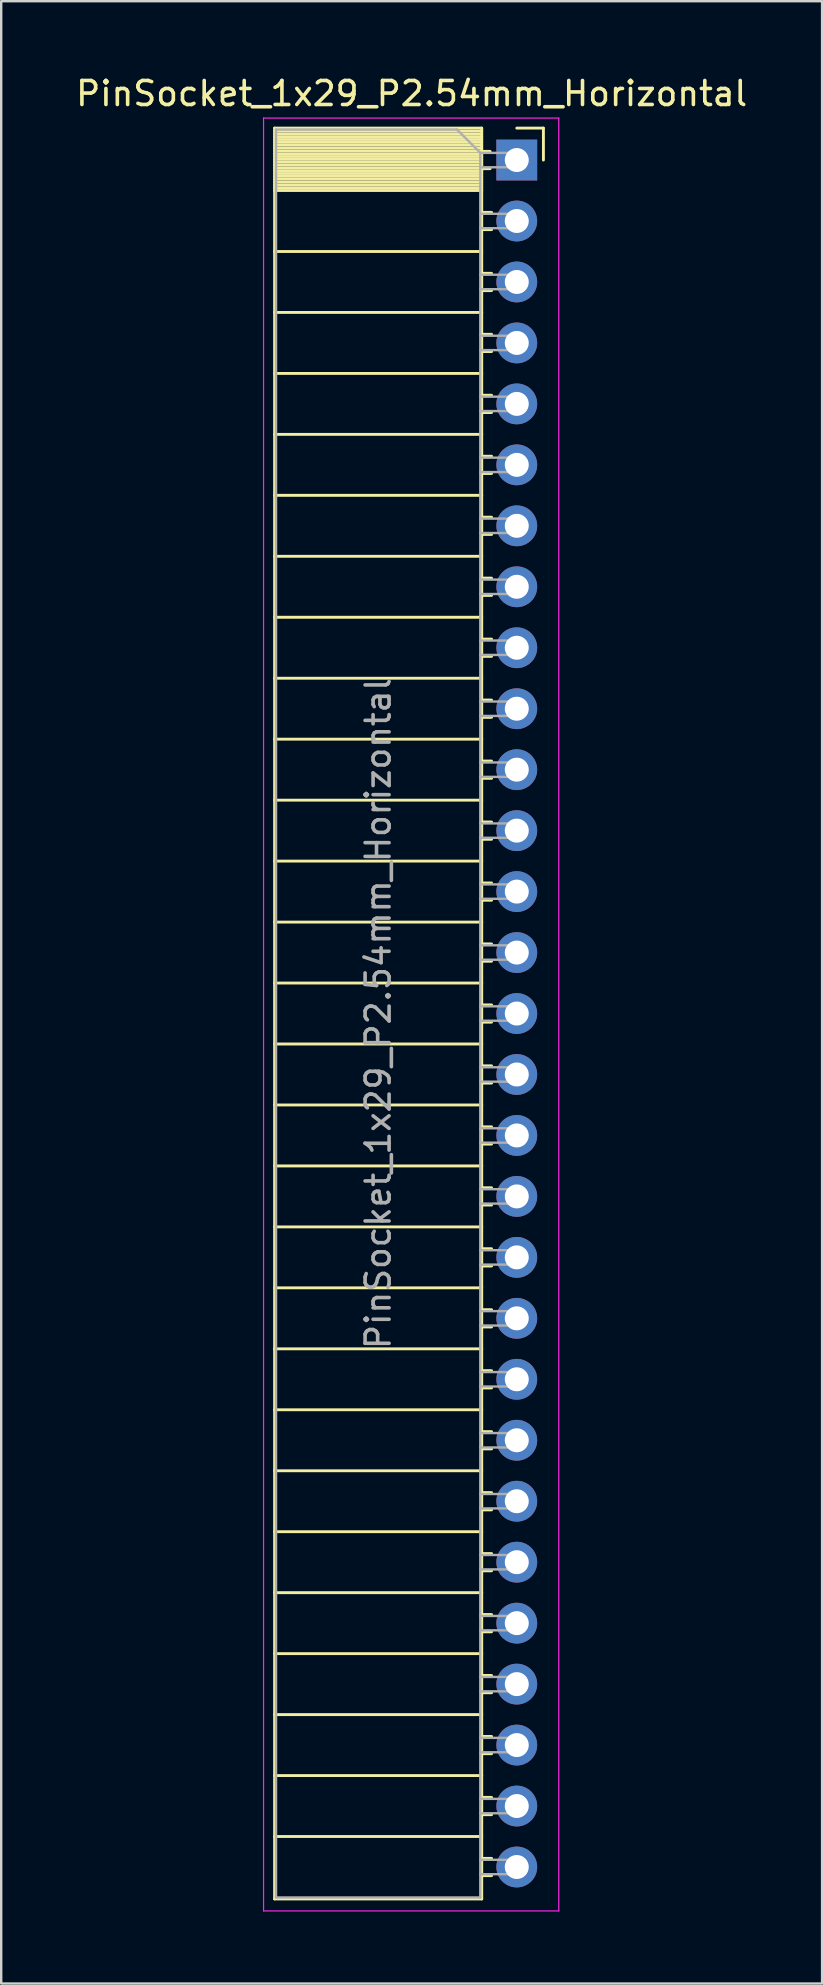
<source format=kicad_pcb>
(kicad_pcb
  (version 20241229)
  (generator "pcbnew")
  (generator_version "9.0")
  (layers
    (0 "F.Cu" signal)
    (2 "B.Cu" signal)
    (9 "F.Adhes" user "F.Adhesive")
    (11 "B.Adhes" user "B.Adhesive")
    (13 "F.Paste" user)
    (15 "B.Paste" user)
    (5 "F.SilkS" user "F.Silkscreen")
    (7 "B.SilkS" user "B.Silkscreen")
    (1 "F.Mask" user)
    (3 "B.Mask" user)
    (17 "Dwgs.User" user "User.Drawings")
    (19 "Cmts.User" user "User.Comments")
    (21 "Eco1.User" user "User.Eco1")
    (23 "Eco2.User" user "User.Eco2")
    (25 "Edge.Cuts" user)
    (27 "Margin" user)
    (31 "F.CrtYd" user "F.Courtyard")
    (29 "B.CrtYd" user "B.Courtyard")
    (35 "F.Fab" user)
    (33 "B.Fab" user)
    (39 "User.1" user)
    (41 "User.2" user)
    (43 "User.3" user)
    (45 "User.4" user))
  (footprint "PinSocket_1x29_P2.54mm_Horizontal"
    (layer "F.Cu")
    (at 18.481 3.618)
    (property "Reference" "PinSocket_1x29_P2.54mm_Horizontal" (at -4.38 -2.77 0) (layer "F.SilkS") (effects (font (size 1 1) (thickness 0.15))))
    (attr through_hole)
    (fp_line (start -10.09 -1.33) (end -10.09 72.45) (stroke (width 0.12) (type solid)) (layer "F.SilkS"))
    (fp_line (start -10.09 -1.33) (end -1.46 -1.33) (stroke (width 0.12) (type solid)) (layer "F.SilkS"))
    (fp_line (start -10.09 -1.21) (end -1.46 -1.21) (stroke (width 0.12) (type solid)) (layer "F.SilkS"))
    (fp_line (start -10.09 -1.092) (end -1.46 -1.092) (stroke (width 0.12) (type solid)) (layer "F.SilkS"))
    (fp_line (start -10.09 -0.974) (end -1.46 -0.974) (stroke (width 0.12) (type solid)) (layer "F.SilkS"))
    (fp_line (start -10.09 -0.856) (end -1.46 -0.856) (stroke (width 0.12) (type solid)) (layer "F.SilkS"))
    (fp_line (start -10.09 -0.738) (end -1.46 -0.738) (stroke (width 0.12) (type solid)) (layer "F.SilkS"))
    (fp_line (start -10.09 -0.62) (end -1.46 -0.62) (stroke (width 0.12) (type solid)) (layer "F.SilkS"))
    (fp_line (start -10.09 -0.501) (end -1.46 -0.501) (stroke (width 0.12) (type solid)) (layer "F.SilkS"))
    (fp_line (start -10.09 -0.383) (end -1.46 -0.383) (stroke (width 0.12) (type solid)) (layer "F.SilkS"))
    (fp_line (start -10.09 -0.265) (end -1.46 -0.265) (stroke (width 0.12) (type solid)) (layer "F.SilkS"))
    (fp_line (start -10.09 -0.147) (end -1.46 -0.147) (stroke (width 0.12) (type solid)) (layer "F.SilkS"))
    (fp_line (start -10.09 -0.029) (end -1.46 -0.029) (stroke (width 0.12) (type solid)) (layer "F.SilkS"))
    (fp_line (start -10.09 0.089) (end -1.46 0.089) (stroke (width 0.12) (type solid)) (layer "F.SilkS"))
    (fp_line (start -10.09 0.207) (end -1.46 0.207) (stroke (width 0.12) (type solid)) (layer "F.SilkS"))
    (fp_line (start -10.09 0.325) (end -1.46 0.325) (stroke (width 0.12) (type solid)) (layer "F.SilkS"))
    (fp_line (start -10.09 0.443) (end -1.46 0.443) (stroke (width 0.12) (type solid)) (layer "F.SilkS"))
    (fp_line (start -10.09 0.561) (end -1.46 0.561) (stroke (width 0.12) (type solid)) (layer "F.SilkS"))
    (fp_line (start -10.09 0.68) (end -1.46 0.68) (stroke (width 0.12) (type solid)) (layer "F.SilkS"))
    (fp_line (start -10.09 0.798) (end -1.46 0.798) (stroke (width 0.12) (type solid)) (layer "F.SilkS"))
    (fp_line (start -10.09 0.916) (end -1.46 0.916) (stroke (width 0.12) (type solid)) (layer "F.SilkS"))
    (fp_line (start -10.09 1.034) (end -1.46 1.034) (stroke (width 0.12) (type solid)) (layer "F.SilkS"))
    (fp_line (start -10.09 1.152) (end -1.46 1.152) (stroke (width 0.12) (type solid)) (layer "F.SilkS"))
    (fp_line (start -10.09 1.27) (end -1.46 1.27) (stroke (width 0.12) (type solid)) (layer "F.SilkS"))
    (fp_line (start -10.09 3.81) (end -1.46 3.81) (stroke (width 0.12) (type solid)) (layer "F.SilkS"))
    (fp_line (start -10.09 6.35) (end -1.46 6.35) (stroke (width 0.12) (type solid)) (layer "F.SilkS"))
    (fp_line (start -10.09 8.89) (end -1.46 8.89) (stroke (width 0.12) (type solid)) (layer "F.SilkS"))
    (fp_line (start -10.09 11.43) (end -1.46 11.43) (stroke (width 0.12) (type solid)) (layer "F.SilkS"))
    (fp_line (start -10.09 13.97) (end -1.46 13.97) (stroke (width 0.12) (type solid)) (layer "F.SilkS"))
    (fp_line (start -10.09 16.51) (end -1.46 16.51) (stroke (width 0.12) (type solid)) (layer "F.SilkS"))
    (fp_line (start -10.09 19.05) (end -1.46 19.05) (stroke (width 0.12) (type solid)) (layer "F.SilkS"))
    (fp_line (start -10.09 21.59) (end -1.46 21.59) (stroke (width 0.12) (type solid)) (layer "F.SilkS"))
    (fp_line (start -10.09 24.13) (end -1.46 24.13) (stroke (width 0.12) (type solid)) (layer "F.SilkS"))
    (fp_line (start -10.09 26.67) (end -1.46 26.67) (stroke (width 0.12) (type solid)) (layer "F.SilkS"))
    (fp_line (start -10.09 29.21) (end -1.46 29.21) (stroke (width 0.12) (type solid)) (layer "F.SilkS"))
    (fp_line (start -10.09 31.75) (end -1.46 31.75) (stroke (width 0.12) (type solid)) (layer "F.SilkS"))
    (fp_line (start -10.09 34.29) (end -1.46 34.29) (stroke (width 0.12) (type solid)) (layer "F.SilkS"))
    (fp_line (start -10.09 36.83) (end -1.46 36.83) (stroke (width 0.12) (type solid)) (layer "F.SilkS"))
    (fp_line (start -10.09 39.37) (end -1.46 39.37) (stroke (width 0.12) (type solid)) (layer "F.SilkS"))
    (fp_line (start -10.09 41.91) (end -1.46 41.91) (stroke (width 0.12) (type solid)) (layer "F.SilkS"))
    (fp_line (start -10.09 44.45) (end -1.46 44.45) (stroke (width 0.12) (type solid)) (layer "F.SilkS"))
    (fp_line (start -10.09 46.99) (end -1.46 46.99) (stroke (width 0.12) (type solid)) (layer "F.SilkS"))
    (fp_line (start -10.09 49.53) (end -1.46 49.53) (stroke (width 0.12) (type solid)) (layer "F.SilkS"))
    (fp_line (start -10.09 52.07) (end -1.46 52.07) (stroke (width 0.12) (type solid)) (layer "F.SilkS"))
    (fp_line (start -10.09 54.61) (end -1.46 54.61) (stroke (width 0.12) (type solid)) (layer "F.SilkS"))
    (fp_line (start -10.09 57.15) (end -1.46 57.15) (stroke (width 0.12) (type solid)) (layer "F.SilkS"))
    (fp_line (start -10.09 59.69) (end -1.46 59.69) (stroke (width 0.12) (type solid)) (layer "F.SilkS"))
    (fp_line (start -10.09 62.23) (end -1.46 62.23) (stroke (width 0.12) (type solid)) (layer "F.SilkS"))
    (fp_line (start -10.09 64.77) (end -1.46 64.77) (stroke (width 0.12) (type solid)) (layer "F.SilkS"))
    (fp_line (start -10.09 67.31) (end -1.46 67.31) (stroke (width 0.12) (type solid)) (layer "F.SilkS"))
    (fp_line (start -10.09 69.85) (end -1.46 69.85) (stroke (width 0.12) (type solid)) (layer "F.SilkS"))
    (fp_line (start -10.09 72.45) (end -1.46 72.45) (stroke (width 0.12) (type solid)) (layer "F.SilkS"))
    (fp_line (start -1.46 -1.33) (end -1.46 72.45) (stroke (width 0.12) (type solid)) (layer "F.SilkS"))
    (fp_line (start -1.46 -0.36) (end -1.11 -0.36) (stroke (width 0.12) (type solid)) (layer "F.SilkS"))
    (fp_line (start -1.46 0.36) (end -1.11 0.36) (stroke (width 0.12) (type solid)) (layer "F.SilkS"))
    (fp_line (start -1.46 2.18) (end -1.05 2.18) (stroke (width 0.12) (type solid)) (layer "F.SilkS"))
    (fp_line (start -1.46 2.9) (end -1.05 2.9) (stroke (width 0.12) (type solid)) (layer "F.SilkS"))
    (fp_line (start -1.46 4.72) (end -1.05 4.72) (stroke (width 0.12) (type solid)) (layer "F.SilkS"))
    (fp_line (start -1.46 5.44) (end -1.05 5.44) (stroke (width 0.12) (type solid)) (layer "F.SilkS"))
    (fp_line (start -1.46 7.26) (end -1.05 7.26) (stroke (width 0.12) (type solid)) (layer "F.SilkS"))
    (fp_line (start -1.46 7.98) (end -1.05 7.98) (stroke (width 0.12) (type solid)) (layer "F.SilkS"))
    (fp_line (start -1.46 9.8) (end -1.05 9.8) (stroke (width 0.12) (type solid)) (layer "F.SilkS"))
    (fp_line (start -1.46 10.52) (end -1.05 10.52) (stroke (width 0.12) (type solid)) (layer "F.SilkS"))
    (fp_line (start -1.46 12.34) (end -1.05 12.34) (stroke (width 0.12) (type solid)) (layer "F.SilkS"))
    (fp_line (start -1.46 13.06) (end -1.05 13.06) (stroke (width 0.12) (type solid)) (layer "F.SilkS"))
    (fp_line (start -1.46 14.88) (end -1.05 14.88) (stroke (width 0.12) (type solid)) (layer "F.SilkS"))
    (fp_line (start -1.46 15.6) (end -1.05 15.6) (stroke (width 0.12) (type solid)) (layer "F.SilkS"))
    (fp_line (start -1.46 17.42) (end -1.05 17.42) (stroke (width 0.12) (type solid)) (layer "F.SilkS"))
    (fp_line (start -1.46 18.14) (end -1.05 18.14) (stroke (width 0.12) (type solid)) (layer "F.SilkS"))
    (fp_line (start -1.46 19.96) (end -1.05 19.96) (stroke (width 0.12) (type solid)) (layer "F.SilkS"))
    (fp_line (start -1.46 20.68) (end -1.05 20.68) (stroke (width 0.12) (type solid)) (layer "F.SilkS"))
    (fp_line (start -1.46 22.5) (end -1.05 22.5) (stroke (width 0.12) (type solid)) (layer "F.SilkS"))
    (fp_line (start -1.46 23.22) (end -1.05 23.22) (stroke (width 0.12) (type solid)) (layer "F.SilkS"))
    (fp_line (start -1.46 25.04) (end -1.05 25.04) (stroke (width 0.12) (type solid)) (layer "F.SilkS"))
    (fp_line (start -1.46 25.76) (end -1.05 25.76) (stroke (width 0.12) (type solid)) (layer "F.SilkS"))
    (fp_line (start -1.46 27.58) (end -1.05 27.58) (stroke (width 0.12) (type solid)) (layer "F.SilkS"))
    (fp_line (start -1.46 28.3) (end -1.05 28.3) (stroke (width 0.12) (type solid)) (layer "F.SilkS"))
    (fp_line (start -1.46 30.12) (end -1.05 30.12) (stroke (width 0.12) (type solid)) (layer "F.SilkS"))
    (fp_line (start -1.46 30.84) (end -1.05 30.84) (stroke (width 0.12) (type solid)) (layer "F.SilkS"))
    (fp_line (start -1.46 32.66) (end -1.05 32.66) (stroke (width 0.12) (type solid)) (layer "F.SilkS"))
    (fp_line (start -1.46 33.38) (end -1.05 33.38) (stroke (width 0.12) (type solid)) (layer "F.SilkS"))
    (fp_line (start -1.46 35.2) (end -1.05 35.2) (stroke (width 0.12) (type solid)) (layer "F.SilkS"))
    (fp_line (start -1.46 35.92) (end -1.05 35.92) (stroke (width 0.12) (type solid)) (layer "F.SilkS"))
    (fp_line (start -1.46 37.74) (end -1.05 37.74) (stroke (width 0.12) (type solid)) (layer "F.SilkS"))
    (fp_line (start -1.46 38.46) (end -1.05 38.46) (stroke (width 0.12) (type solid)) (layer "F.SilkS"))
    (fp_line (start -1.46 40.28) (end -1.05 40.28) (stroke (width 0.12) (type solid)) (layer "F.SilkS"))
    (fp_line (start -1.46 41) (end -1.05 41) (stroke (width 0.12) (type solid)) (layer "F.SilkS"))
    (fp_line (start -1.46 42.82) (end -1.05 42.82) (stroke (width 0.12) (type solid)) (layer "F.SilkS"))
    (fp_line (start -1.46 43.54) (end -1.05 43.54) (stroke (width 0.12) (type solid)) (layer "F.SilkS"))
    (fp_line (start -1.46 45.36) (end -1.05 45.36) (stroke (width 0.12) (type solid)) (layer "F.SilkS"))
    (fp_line (start -1.46 46.08) (end -1.05 46.08) (stroke (width 0.12) (type solid)) (layer "F.SilkS"))
    (fp_line (start -1.46 47.9) (end -1.05 47.9) (stroke (width 0.12) (type solid)) (layer "F.SilkS"))
    (fp_line (start -1.46 48.62) (end -1.05 48.62) (stroke (width 0.12) (type solid)) (layer "F.SilkS"))
    (fp_line (start -1.46 50.44) (end -1.05 50.44) (stroke (width 0.12) (type solid)) (layer "F.SilkS"))
    (fp_line (start -1.46 51.16) (end -1.05 51.16) (stroke (width 0.12) (type solid)) (layer "F.SilkS"))
    (fp_line (start -1.46 52.98) (end -1.05 52.98) (stroke (width 0.12) (type solid)) (layer "F.SilkS"))
    (fp_line (start -1.46 53.7) (end -1.05 53.7) (stroke (width 0.12) (type solid)) (layer "F.SilkS"))
    (fp_line (start -1.46 55.52) (end -1.05 55.52) (stroke (width 0.12) (type solid)) (layer "F.SilkS"))
    (fp_line (start -1.46 56.24) (end -1.05 56.24) (stroke (width 0.12) (type solid)) (layer "F.SilkS"))
    (fp_line (start -1.46 58.06) (end -1.05 58.06) (stroke (width 0.12) (type solid)) (layer "F.SilkS"))
    (fp_line (start -1.46 58.78) (end -1.05 58.78) (stroke (width 0.12) (type solid)) (layer "F.SilkS"))
    (fp_line (start -1.46 60.6) (end -1.05 60.6) (stroke (width 0.12) (type solid)) (layer "F.SilkS"))
    (fp_line (start -1.46 61.32) (end -1.05 61.32) (stroke (width 0.12) (type solid)) (layer "F.SilkS"))
    (fp_line (start -1.46 63.14) (end -1.05 63.14) (stroke (width 0.12) (type solid)) (layer "F.SilkS"))
    (fp_line (start -1.46 63.86) (end -1.05 63.86) (stroke (width 0.12) (type solid)) (layer "F.SilkS"))
    (fp_line (start -1.46 65.68) (end -1.05 65.68) (stroke (width 0.12) (type solid)) (layer "F.SilkS"))
    (fp_line (start -1.46 66.4) (end -1.05 66.4) (stroke (width 0.12) (type solid)) (layer "F.SilkS"))
    (fp_line (start -1.46 68.22) (end -1.05 68.22) (stroke (width 0.12) (type solid)) (layer "F.SilkS"))
    (fp_line (start -1.46 68.94) (end -1.05 68.94) (stroke (width 0.12) (type solid)) (layer "F.SilkS"))
    (fp_line (start -1.46 70.76) (end -1.05 70.76) (stroke (width 0.12) (type solid)) (layer "F.SilkS"))
    (fp_line (start -1.46 71.48) (end -1.05 71.48) (stroke (width 0.12) (type solid)) (layer "F.SilkS"))
    (fp_line (start 0 -1.33) (end 1.11 -1.33) (stroke (width 0.12) (type solid)) (layer "F.SilkS"))
    (fp_line (start 1.11 -1.33) (end 1.11 0) (stroke (width 0.12) (type solid)) (layer "F.SilkS"))
    (fp_line (start -10.55 -1.75) (end -10.55 72.95) (stroke (width 0.05) (type solid)) (layer "F.CrtYd"))
    (fp_line (start -10.55 72.95) (end 1.75 72.95) (stroke (width 0.05) (type solid)) (layer "F.CrtYd"))
    (fp_line (start 1.75 -1.75) (end -10.55 -1.75) (stroke (width 0.05) (type solid)) (layer "F.CrtYd"))
    (fp_line (start 1.75 72.95) (end 1.75 -1.75) (stroke (width 0.05) (type solid)) (layer "F.CrtYd"))
    (fp_line (start -10.03 -1.27) (end -2.49 -1.27) (stroke (width 0.1) (type solid)) (layer "F.Fab"))
    (fp_line (start -10.03 72.39) (end -10.03 -1.27) (stroke (width 0.1) (type solid)) (layer "F.Fab"))
    (fp_line (start -2.49 -1.27) (end -1.52 -0.3) (stroke (width 0.1) (type solid)) (layer "F.Fab"))
    (fp_line (start -1.52 -0.3) (end -1.52 72.39) (stroke (width 0.1) (type solid)) (layer "F.Fab"))
    (fp_line (start -1.52 0.3) (end 0 0.3) (stroke (width 0.1) (type solid)) (layer "F.Fab"))
    (fp_line (start -1.52 2.84) (end 0 2.84) (stroke (width 0.1) (type solid)) (layer "F.Fab"))
    (fp_line (start -1.52 5.38) (end 0 5.38) (stroke (width 0.1) (type solid)) (layer "F.Fab"))
    (fp_line (start -1.52 7.92) (end 0 7.92) (stroke (width 0.1) (type solid)) (layer "F.Fab"))
    (fp_line (start -1.52 10.46) (end 0 10.46) (stroke (width 0.1) (type solid)) (layer "F.Fab"))
    (fp_line (start -1.52 13) (end 0 13) (stroke (width 0.1) (type solid)) (layer "F.Fab"))
    (fp_line (start -1.52 15.54) (end 0 15.54) (stroke (width 0.1) (type solid)) (layer "F.Fab"))
    (fp_line (start -1.52 18.08) (end 0 18.08) (stroke (width 0.1) (type solid)) (layer "F.Fab"))
    (fp_line (start -1.52 20.62) (end 0 20.62) (stroke (width 0.1) (type solid)) (layer "F.Fab"))
    (fp_line (start -1.52 23.16) (end 0 23.16) (stroke (width 0.1) (type solid)) (layer "F.Fab"))
    (fp_line (start -1.52 25.7) (end 0 25.7) (stroke (width 0.1) (type solid)) (layer "F.Fab"))
    (fp_line (start -1.52 28.24) (end 0 28.24) (stroke (width 0.1) (type solid)) (layer "F.Fab"))
    (fp_line (start -1.52 30.78) (end 0 30.78) (stroke (width 0.1) (type solid)) (layer "F.Fab"))
    (fp_line (start -1.52 33.32) (end 0 33.32) (stroke (width 0.1) (type solid)) (layer "F.Fab"))
    (fp_line (start -1.52 35.86) (end 0 35.86) (stroke (width 0.1) (type solid)) (layer "F.Fab"))
    (fp_line (start -1.52 38.4) (end 0 38.4) (stroke (width 0.1) (type solid)) (layer "F.Fab"))
    (fp_line (start -1.52 40.94) (end 0 40.94) (stroke (width 0.1) (type solid)) (layer "F.Fab"))
    (fp_line (start -1.52 43.48) (end 0 43.48) (stroke (width 0.1) (type solid)) (layer "F.Fab"))
    (fp_line (start -1.52 46.02) (end 0 46.02) (stroke (width 0.1) (type solid)) (layer "F.Fab"))
    (fp_line (start -1.52 48.56) (end 0 48.56) (stroke (width 0.1) (type solid)) (layer "F.Fab"))
    (fp_line (start -1.52 51.1) (end 0 51.1) (stroke (width 0.1) (type solid)) (layer "F.Fab"))
    (fp_line (start -1.52 53.64) (end 0 53.64) (stroke (width 0.1) (type solid)) (layer "F.Fab"))
    (fp_line (start -1.52 56.18) (end 0 56.18) (stroke (width 0.1) (type solid)) (layer "F.Fab"))
    (fp_line (start -1.52 58.72) (end 0 58.72) (stroke (width 0.1) (type solid)) (layer "F.Fab"))
    (fp_line (start -1.52 61.26) (end 0 61.26) (stroke (width 0.1) (type solid)) (layer "F.Fab"))
    (fp_line (start -1.52 63.8) (end 0 63.8) (stroke (width 0.1) (type solid)) (layer "F.Fab"))
    (fp_line (start -1.52 66.34) (end 0 66.34) (stroke (width 0.1) (type solid)) (layer "F.Fab"))
    (fp_line (start -1.52 68.88) (end 0 68.88) (stroke (width 0.1) (type solid)) (layer "F.Fab"))
    (fp_line (start -1.52 71.42) (end 0 71.42) (stroke (width 0.1) (type solid)) (layer "F.Fab"))
    (fp_line (start -1.52 72.39) (end -10.03 72.39) (stroke (width 0.1) (type solid)) (layer "F.Fab"))
    (fp_line (start 0 -0.3) (end -1.52 -0.3) (stroke (width 0.1) (type solid)) (layer "F.Fab"))
    (fp_line (start 0 0.3) (end 0 -0.3) (stroke (width 0.1) (type solid)) (layer "F.Fab"))
    (fp_line (start 0 2.24) (end -1.52 2.24) (stroke (width 0.1) (type solid)) (layer "F.Fab"))
    (fp_line (start 0 2.84) (end 0 2.24) (stroke (width 0.1) (type solid)) (layer "F.Fab"))
    (fp_line (start 0 4.78) (end -1.52 4.78) (stroke (width 0.1) (type solid)) (layer "F.Fab"))
    (fp_line (start 0 5.38) (end 0 4.78) (stroke (width 0.1) (type solid)) (layer "F.Fab"))
    (fp_line (start 0 7.32) (end -1.52 7.32) (stroke (width 0.1) (type solid)) (layer "F.Fab"))
    (fp_line (start 0 7.92) (end 0 7.32) (stroke (width 0.1) (type solid)) (layer "F.Fab"))
    (fp_line (start 0 9.86) (end -1.52 9.86) (stroke (width 0.1) (type solid)) (layer "F.Fab"))
    (fp_line (start 0 10.46) (end 0 9.86) (stroke (width 0.1) (type solid)) (layer "F.Fab"))
    (fp_line (start 0 12.4) (end -1.52 12.4) (stroke (width 0.1) (type solid)) (layer "F.Fab"))
    (fp_line (start 0 13) (end 0 12.4) (stroke (width 0.1) (type solid)) (layer "F.Fab"))
    (fp_line (start 0 14.94) (end -1.52 14.94) (stroke (width 0.1) (type solid)) (layer "F.Fab"))
    (fp_line (start 0 15.54) (end 0 14.94) (stroke (width 0.1) (type solid)) (layer "F.Fab"))
    (fp_line (start 0 17.48) (end -1.52 17.48) (stroke (width 0.1) (type solid)) (layer "F.Fab"))
    (fp_line (start 0 18.08) (end 0 17.48) (stroke (width 0.1) (type solid)) (layer "F.Fab"))
    (fp_line (start 0 20.02) (end -1.52 20.02) (stroke (width 0.1) (type solid)) (layer "F.Fab"))
    (fp_line (start 0 20.62) (end 0 20.02) (stroke (width 0.1) (type solid)) (layer "F.Fab"))
    (fp_line (start 0 22.56) (end -1.52 22.56) (stroke (width 0.1) (type solid)) (layer "F.Fab"))
    (fp_line (start 0 23.16) (end 0 22.56) (stroke (width 0.1) (type solid)) (layer "F.Fab"))
    (fp_line (start 0 25.1) (end -1.52 25.1) (stroke (width 0.1) (type solid)) (layer "F.Fab"))
    (fp_line (start 0 25.7) (end 0 25.1) (stroke (width 0.1) (type solid)) (layer "F.Fab"))
    (fp_line (start 0 27.64) (end -1.52 27.64) (stroke (width 0.1) (type solid)) (layer "F.Fab"))
    (fp_line (start 0 28.24) (end 0 27.64) (stroke (width 0.1) (type solid)) (layer "F.Fab"))
    (fp_line (start 0 30.18) (end -1.52 30.18) (stroke (width 0.1) (type solid)) (layer "F.Fab"))
    (fp_line (start 0 30.78) (end 0 30.18) (stroke (width 0.1) (type solid)) (layer "F.Fab"))
    (fp_line (start 0 32.72) (end -1.52 32.72) (stroke (width 0.1) (type solid)) (layer "F.Fab"))
    (fp_line (start 0 33.32) (end 0 32.72) (stroke (width 0.1) (type solid)) (layer "F.Fab"))
    (fp_line (start 0 35.26) (end -1.52 35.26) (stroke (width 0.1) (type solid)) (layer "F.Fab"))
    (fp_line (start 0 35.86) (end 0 35.26) (stroke (width 0.1) (type solid)) (layer "F.Fab"))
    (fp_line (start 0 37.8) (end -1.52 37.8) (stroke (width 0.1) (type solid)) (layer "F.Fab"))
    (fp_line (start 0 38.4) (end 0 37.8) (stroke (width 0.1) (type solid)) (layer "F.Fab"))
    (fp_line (start 0 40.34) (end -1.52 40.34) (stroke (width 0.1) (type solid)) (layer "F.Fab"))
    (fp_line (start 0 40.94) (end 0 40.34) (stroke (width 0.1) (type solid)) (layer "F.Fab"))
    (fp_line (start 0 42.88) (end -1.52 42.88) (stroke (width 0.1) (type solid)) (layer "F.Fab"))
    (fp_line (start 0 43.48) (end 0 42.88) (stroke (width 0.1) (type solid)) (layer "F.Fab"))
    (fp_line (start 0 45.42) (end -1.52 45.42) (stroke (width 0.1) (type solid)) (layer "F.Fab"))
    (fp_line (start 0 46.02) (end 0 45.42) (stroke (width 0.1) (type solid)) (layer "F.Fab"))
    (fp_line (start 0 47.96) (end -1.52 47.96) (stroke (width 0.1) (type solid)) (layer "F.Fab"))
    (fp_line (start 0 48.56) (end 0 47.96) (stroke (width 0.1) (type solid)) (layer "F.Fab"))
    (fp_line (start 0 50.5) (end -1.52 50.5) (stroke (width 0.1) (type solid)) (layer "F.Fab"))
    (fp_line (start 0 51.1) (end 0 50.5) (stroke (width 0.1) (type solid)) (layer "F.Fab"))
    (fp_line (start 0 53.04) (end -1.52 53.04) (stroke (width 0.1) (type solid)) (layer "F.Fab"))
    (fp_line (start 0 53.64) (end 0 53.04) (stroke (width 0.1) (type solid)) (layer "F.Fab"))
    (fp_line (start 0 55.58) (end -1.52 55.58) (stroke (width 0.1) (type solid)) (layer "F.Fab"))
    (fp_line (start 0 56.18) (end 0 55.58) (stroke (width 0.1) (type solid)) (layer "F.Fab"))
    (fp_line (start 0 58.12) (end -1.52 58.12) (stroke (width 0.1) (type solid)) (layer "F.Fab"))
    (fp_line (start 0 58.72) (end 0 58.12) (stroke (width 0.1) (type solid)) (layer "F.Fab"))
    (fp_line (start 0 60.66) (end -1.52 60.66) (stroke (width 0.1) (type solid)) (layer "F.Fab"))
    (fp_line (start 0 61.26) (end 0 60.66) (stroke (width 0.1) (type solid)) (layer "F.Fab"))
    (fp_line (start 0 63.2) (end -1.52 63.2) (stroke (width 0.1) (type solid)) (layer "F.Fab"))
    (fp_line (start 0 63.8) (end 0 63.2) (stroke (width 0.1) (type solid)) (layer "F.Fab"))
    (fp_line (start 0 65.74) (end -1.52 65.74) (stroke (width 0.1) (type solid)) (layer "F.Fab"))
    (fp_line (start 0 66.34) (end 0 65.74) (stroke (width 0.1) (type solid)) (layer "F.Fab"))
    (fp_line (start 0 68.28) (end -1.52 68.28) (stroke (width 0.1) (type solid)) (layer "F.Fab"))
    (fp_line (start 0 68.88) (end 0 68.28) (stroke (width 0.1) (type solid)) (layer "F.Fab"))
    (fp_line (start 0 70.82) (end -1.52 70.82) (stroke (width 0.1) (type solid)) (layer "F.Fab"))
    (fp_line (start 0 71.42) (end 0 70.82) (stroke (width 0.1) (type solid)) (layer "F.Fab"))
    (fp_text user "${REFERENCE}" (at -5.775 35.56 90) (layer "F.Fab") (effects (font (size 1 1) (thickness 0.15))))
    (pad "1" thru_hole rect (at 0 0) (size 1.7 1.7) (drill 1) (layers "*.Cu" "*.Mask"))
    (pad "2" thru_hole oval (at 0 2.54) (size 1.7 1.7) (drill 1) (layers "*.Cu" "*.Mask"))
    (pad "3" thru_hole oval (at 0 5.08) (size 1.7 1.7) (drill 1) (layers "*.Cu" "*.Mask"))
    (pad "4" thru_hole oval (at 0 7.62) (size 1.7 1.7) (drill 1) (layers "*.Cu" "*.Mask"))
    (pad "5" thru_hole oval (at 0 10.16) (size 1.7 1.7) (drill 1) (layers "*.Cu" "*.Mask"))
    (pad "6" thru_hole oval (at 0 12.7) (size 1.7 1.7) (drill 1) (layers "*.Cu" "*.Mask"))
    (pad "7" thru_hole oval (at 0 15.24) (size 1.7 1.7) (drill 1) (layers "*.Cu" "*.Mask"))
    (pad "8" thru_hole oval (at 0 17.78) (size 1.7 1.7) (drill 1) (layers "*.Cu" "*.Mask"))
    (pad "9" thru_hole oval (at 0 20.32) (size 1.7 1.7) (drill 1) (layers "*.Cu" "*.Mask"))
    (pad "10" thru_hole oval (at 0 22.86) (size 1.7 1.7) (drill 1) (layers "*.Cu" "*.Mask"))
    (pad "11" thru_hole oval (at 0 25.4) (size 1.7 1.7) (drill 1) (layers "*.Cu" "*.Mask"))
    (pad "12" thru_hole oval (at 0 27.94) (size 1.7 1.7) (drill 1) (layers "*.Cu" "*.Mask"))
    (pad "13" thru_hole oval (at 0 30.48) (size 1.7 1.7) (drill 1) (layers "*.Cu" "*.Mask"))
    (pad "14" thru_hole oval (at 0 33.02) (size 1.7 1.7) (drill 1) (layers "*.Cu" "*.Mask"))
    (pad "15" thru_hole oval (at 0 35.56) (size 1.7 1.7) (drill 1) (layers "*.Cu" "*.Mask"))
    (pad "16" thru_hole oval (at 0 38.1) (size 1.7 1.7) (drill 1) (layers "*.Cu" "*.Mask"))
    (pad "17" thru_hole oval (at 0 40.64) (size 1.7 1.7) (drill 1) (layers "*.Cu" "*.Mask"))
    (pad "18" thru_hole oval (at 0 43.18) (size 1.7 1.7) (drill 1) (layers "*.Cu" "*.Mask"))
    (pad "19" thru_hole oval (at 0 45.72) (size 1.7 1.7) (drill 1) (layers "*.Cu" "*.Mask"))
    (pad "20" thru_hole oval (at 0 48.26) (size 1.7 1.7) (drill 1) (layers "*.Cu" "*.Mask"))
    (pad "21" thru_hole oval (at 0 50.8) (size 1.7 1.7) (drill 1) (layers "*.Cu" "*.Mask"))
    (pad "22" thru_hole oval (at 0 53.34) (size 1.7 1.7) (drill 1) (layers "*.Cu" "*.Mask"))
    (pad "23" thru_hole oval (at 0 55.88) (size 1.7 1.7) (drill 1) (layers "*.Cu" "*.Mask"))
    (pad "24" thru_hole oval (at 0 58.42) (size 1.7 1.7) (drill 1) (layers "*.Cu" "*.Mask"))
    (pad "25" thru_hole oval (at 0 60.96) (size 1.7 1.7) (drill 1) (layers "*.Cu" "*.Mask"))
    (pad "26" thru_hole oval (at 0 63.5) (size 1.7 1.7) (drill 1) (layers "*.Cu" "*.Mask"))
    (pad "27" thru_hole oval (at 0 66.04) (size 1.7 1.7) (drill 1) (layers "*.Cu" "*.Mask"))
    (pad "28" thru_hole oval (at 0 68.58) (size 1.7 1.7) (drill 1) (layers "*.Cu" "*.Mask"))
    (pad "29" thru_hole oval (at 0 71.12) (size 1.7 1.7) (drill 1) (layers "*.Cu" "*.Mask")))
  (gr_rect
    (start -3 -3)
    (end 31.202 79.593)
    (stroke (width 0.1) (type default))
    (fill no)
    (layer "Edge.Cuts")))
</source>
